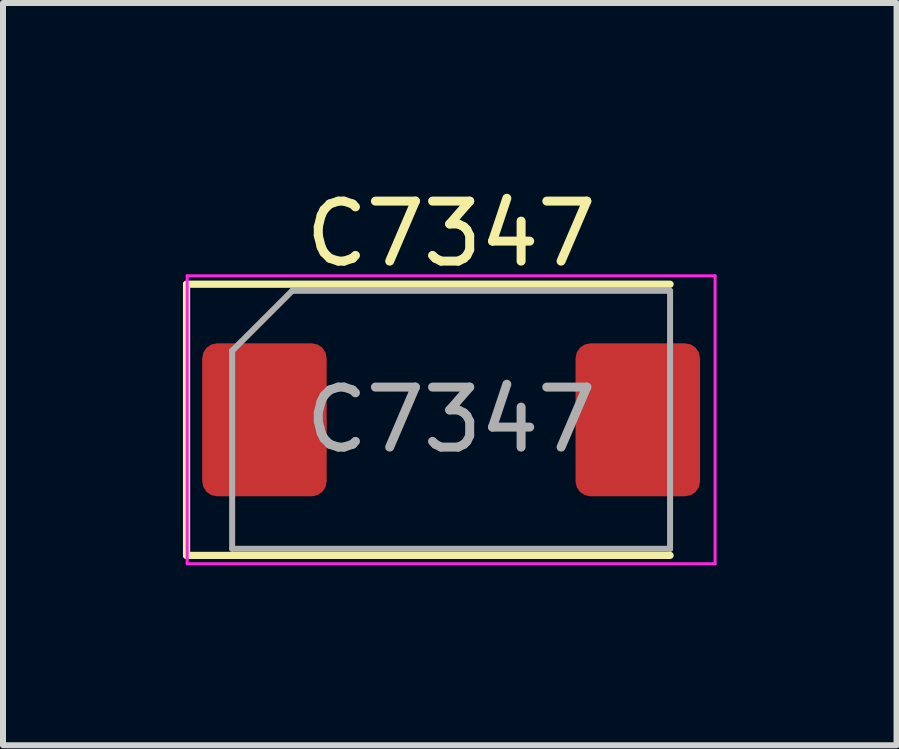
<source format=kicad_pcb>
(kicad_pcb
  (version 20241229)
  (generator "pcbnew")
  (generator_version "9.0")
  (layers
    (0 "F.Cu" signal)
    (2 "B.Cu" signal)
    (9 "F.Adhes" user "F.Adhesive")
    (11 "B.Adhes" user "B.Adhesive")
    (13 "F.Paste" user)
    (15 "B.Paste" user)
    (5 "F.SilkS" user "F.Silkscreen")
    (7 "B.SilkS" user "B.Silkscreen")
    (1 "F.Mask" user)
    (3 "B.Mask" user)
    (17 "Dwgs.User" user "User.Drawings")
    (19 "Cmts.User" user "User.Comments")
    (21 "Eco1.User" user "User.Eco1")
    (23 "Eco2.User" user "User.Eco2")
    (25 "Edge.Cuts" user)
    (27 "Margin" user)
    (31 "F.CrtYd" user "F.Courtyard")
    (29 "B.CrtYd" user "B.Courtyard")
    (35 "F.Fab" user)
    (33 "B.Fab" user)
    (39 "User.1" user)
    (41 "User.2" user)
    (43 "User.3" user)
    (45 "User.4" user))
  (footprint "C7347"
    (layer "F.Cu")
    (at 4.47 3.948)
    (property "Reference" "C7347" (at 0 -3.1 0) (layer "F.SilkS") (effects (font (size 1 1) (thickness 0.15))))
    (attr smd)
    (fp_line (start -4.41 -2.26) (end -4.41 2.26) (stroke (width 0.12) (type solid)) (layer "F.SilkS"))
    (fp_line (start -4.41 2.26) (end 3.65 2.26) (stroke (width 0.12) (type solid)) (layer "F.SilkS"))
    (fp_line (start 3.65 -2.26) (end -4.41 -2.26) (stroke (width 0.12) (type solid)) (layer "F.SilkS"))
    (fp_line (start -4.4 -2.4) (end 4.4 -2.4) (stroke (width 0.05) (type solid)) (layer "F.CrtYd"))
    (fp_line (start -4.4 2.4) (end -4.4 -2.4) (stroke (width 0.05) (type solid)) (layer "F.CrtYd"))
    (fp_line (start 4.4 -2.4) (end 4.4 2.4) (stroke (width 0.05) (type solid)) (layer "F.CrtYd"))
    (fp_line (start 4.4 2.4) (end -4.4 2.4) (stroke (width 0.05) (type solid)) (layer "F.CrtYd"))
    (fp_line (start -3.65 -1.15) (end -3.65 2.15) (stroke (width 0.1) (type solid)) (layer "F.Fab"))
    (fp_line (start -3.65 2.15) (end 3.65 2.15) (stroke (width 0.1) (type solid)) (layer "F.Fab"))
    (fp_line (start -2.65 -2.15) (end -3.65 -1.15) (stroke (width 0.1) (type solid)) (layer "F.Fab"))
    (fp_line (start 3.65 -2.15) (end -2.65 -2.15) (stroke (width 0.1) (type solid)) (layer "F.Fab"))
    (fp_line (start 3.65 2.15) (end 3.65 -2.15) (stroke (width 0.1) (type solid)) (layer "F.Fab"))
    (fp_text user "${REFERENCE}" (at 0 0 0) (layer "F.Fab") (effects (font (size 1 1) (thickness 0.15))))
    (pad "1" smd roundrect (at -3.112 0) (size 2.075 2.55) (layers "F.Cu" "F.Mask" "F.Paste") (roundrect_rratio 0.12))
    (pad "2" smd roundrect (at 3.112 0) (size 2.075 2.55) (layers "F.Cu" "F.Mask" "F.Paste") (roundrect_rratio 0.12)))
  (gr_rect
    (start -3 -3)
    (end 11.895 9.373)
    (stroke (width 0.1) (type default))
    (fill no)
    (layer "Edge.Cuts")))
</source>
